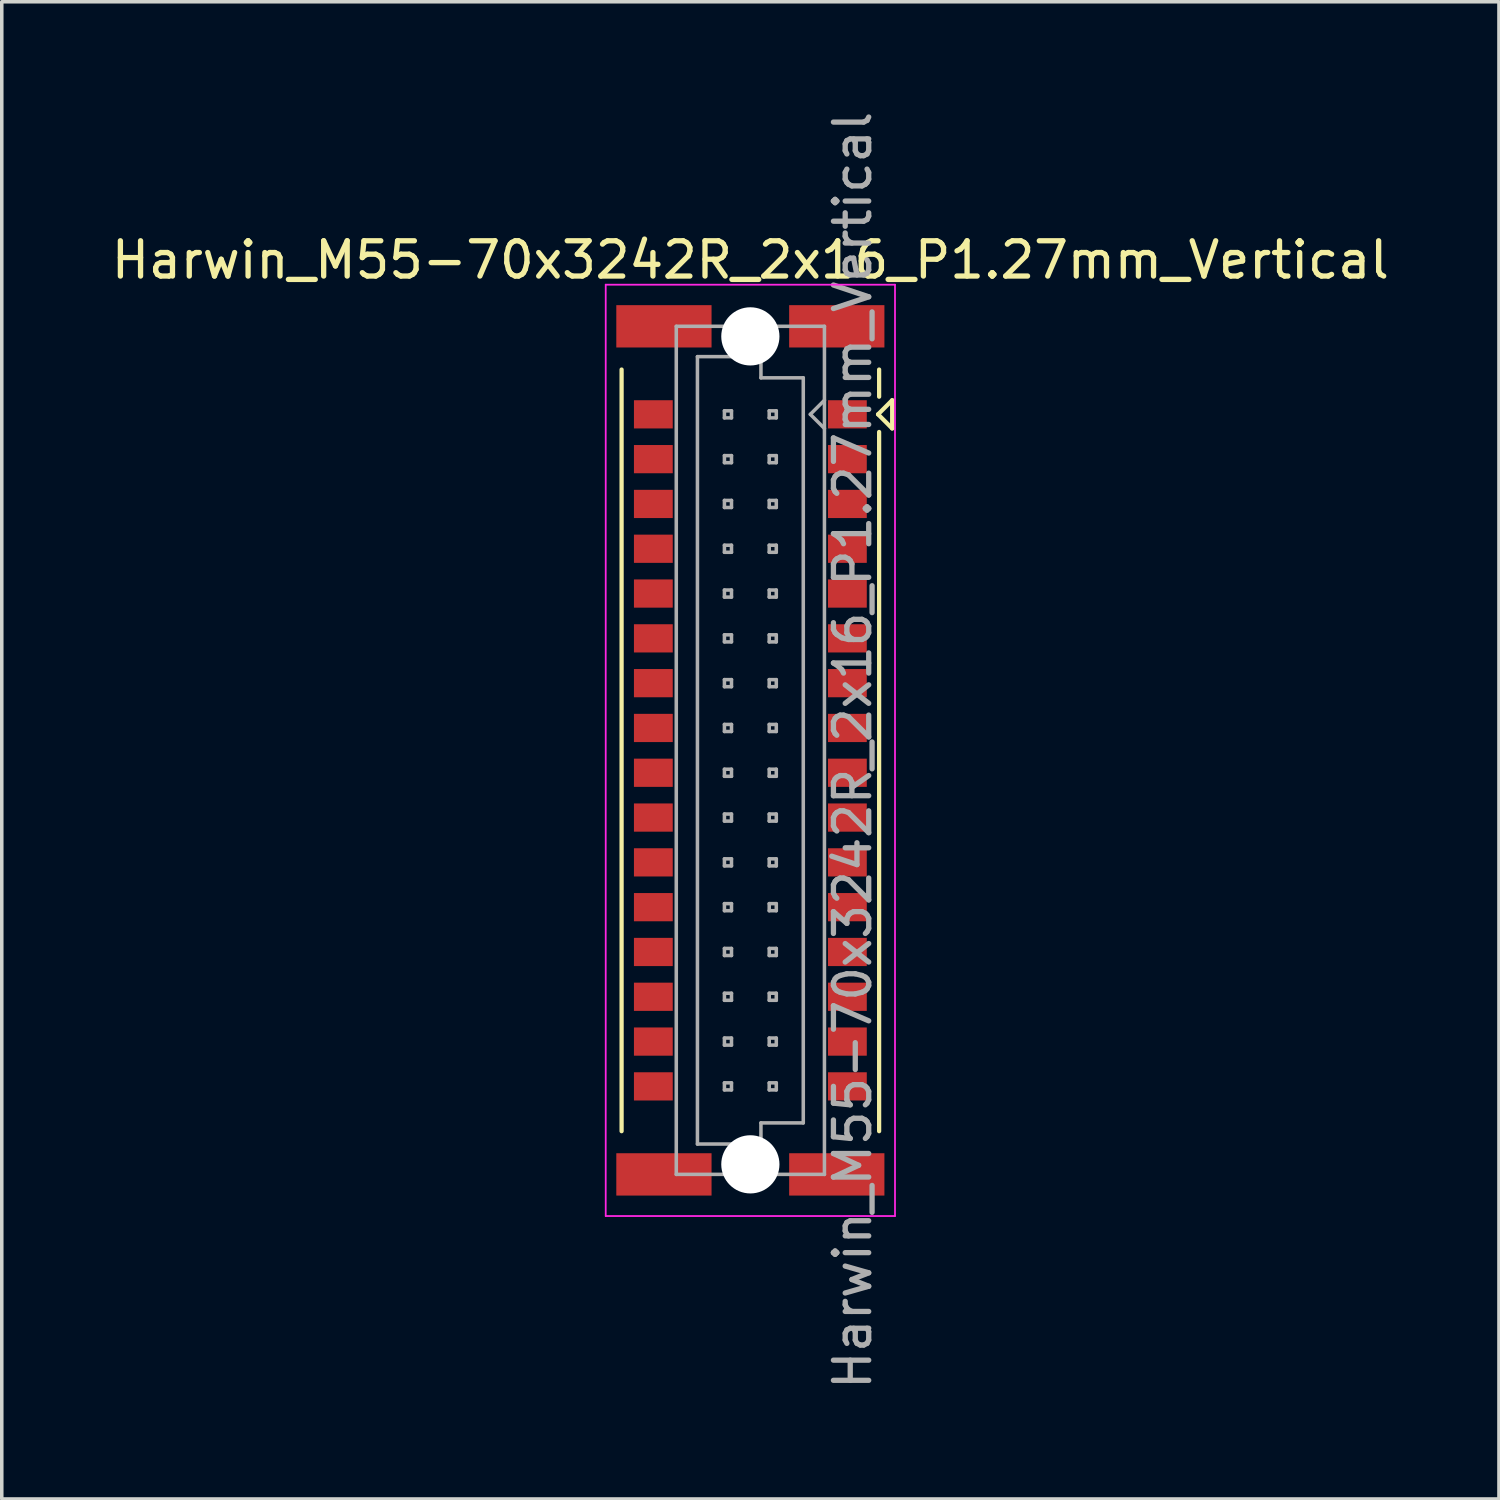
<source format=kicad_pcb>
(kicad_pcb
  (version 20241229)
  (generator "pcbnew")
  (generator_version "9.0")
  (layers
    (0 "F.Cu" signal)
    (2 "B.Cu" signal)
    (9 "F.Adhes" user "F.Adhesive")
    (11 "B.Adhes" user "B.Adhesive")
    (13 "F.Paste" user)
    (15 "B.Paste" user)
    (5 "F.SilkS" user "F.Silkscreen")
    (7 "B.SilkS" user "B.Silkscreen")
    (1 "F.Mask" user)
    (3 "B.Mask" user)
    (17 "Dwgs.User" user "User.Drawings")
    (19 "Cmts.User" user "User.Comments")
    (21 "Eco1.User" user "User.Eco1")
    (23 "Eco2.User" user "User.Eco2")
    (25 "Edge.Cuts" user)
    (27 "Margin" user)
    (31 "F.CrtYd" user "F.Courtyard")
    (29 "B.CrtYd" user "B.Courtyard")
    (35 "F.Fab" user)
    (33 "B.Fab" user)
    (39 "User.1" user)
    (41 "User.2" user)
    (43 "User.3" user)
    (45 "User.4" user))
  (footprint "Harwin_M55-70x3242R_2x16_P1.27mm_Vertical"
    (layer "F.Cu")
    (at 18.22 18.22)
    (property "Reference" "Harwin_M55-70x3242R_2x16_P1.27mm_Vertical" (at 0 -13.9 0) (layer "F.SilkS") (effects (font (size 1 1) (thickness 0.15))))
    (attr smd)
    (fp_line (start -3.65 10.795) (end -3.65 -10.795) (stroke (width 0.12) (type solid)) (layer "F.SilkS"))
    (fp_line (start 3.62 -9.525) (end 4.02 -9.925) (stroke (width 0.12) (type solid)) (layer "F.SilkS"))
    (fp_line (start 3.65 -10.025) (end 3.65 -10.795) (stroke (width 0.12) (type solid)) (layer "F.SilkS"))
    (fp_line (start 3.65 -9.025) (end 3.65 10.795) (stroke (width 0.12) (type solid)) (layer "F.SilkS"))
    (fp_line (start 4.02 -9.925) (end 4.02 -9.125) (stroke (width 0.12) (type solid)) (layer "F.SilkS"))
    (fp_line (start 4.02 -9.125) (end 3.62 -9.525) (stroke (width 0.12) (type solid)) (layer "F.SilkS"))
    (fp_line (start -4.1 -13.2) (end 4.1 -13.2) (stroke (width 0.05) (type solid)) (layer "F.CrtYd"))
    (fp_line (start -4.1 13.2) (end -4.1 -13.2) (stroke (width 0.05) (type solid)) (layer "F.CrtYd"))
    (fp_line (start 4.1 -13.2) (end 4.1 13.2) (stroke (width 0.05) (type solid)) (layer "F.CrtYd"))
    (fp_line (start 4.1 13.2) (end -4.1 13.2) (stroke (width 0.05) (type solid)) (layer "F.CrtYd"))
    (fp_line (start -2.1 -12.02) (end -2.1 12.02) (stroke (width 0.1) (type solid)) (layer "F.Fab"))
    (fp_line (start -2.1 12.02) (end 2.1 12.02) (stroke (width 0.1) (type solid)) (layer "F.Fab"))
    (fp_line (start -1.5 -11.16) (end -1.5 11.16) (stroke (width 0.1) (type solid)) (layer "F.Fab"))
    (fp_line (start -1.5 11.16) (end 0.3 11.16) (stroke (width 0.1) (type solid)) (layer "F.Fab"))
    (fp_line (start -0.735 -9.625) (end -0.735 -9.425) (stroke (width 0.1) (type solid)) (layer "F.Fab"))
    (fp_line (start -0.735 -9.425) (end -0.535 -9.425) (stroke (width 0.1) (type solid)) (layer "F.Fab"))
    (fp_line (start -0.735 -8.355) (end -0.735 -8.155) (stroke (width 0.1) (type solid)) (layer "F.Fab"))
    (fp_line (start -0.735 -8.155) (end -0.535 -8.155) (stroke (width 0.1) (type solid)) (layer "F.Fab"))
    (fp_line (start -0.735 -7.085) (end -0.735 -6.885) (stroke (width 0.1) (type solid)) (layer "F.Fab"))
    (fp_line (start -0.735 -6.885) (end -0.535 -6.885) (stroke (width 0.1) (type solid)) (layer "F.Fab"))
    (fp_line (start -0.735 -5.815) (end -0.735 -5.615) (stroke (width 0.1) (type solid)) (layer "F.Fab"))
    (fp_line (start -0.735 -5.615) (end -0.535 -5.615) (stroke (width 0.1) (type solid)) (layer "F.Fab"))
    (fp_line (start -0.735 -4.545) (end -0.735 -4.345) (stroke (width 0.1) (type solid)) (layer "F.Fab"))
    (fp_line (start -0.735 -4.345) (end -0.535 -4.345) (stroke (width 0.1) (type solid)) (layer "F.Fab"))
    (fp_line (start -0.735 -3.275) (end -0.735 -3.075) (stroke (width 0.1) (type solid)) (layer "F.Fab"))
    (fp_line (start -0.735 -3.075) (end -0.535 -3.075) (stroke (width 0.1) (type solid)) (layer "F.Fab"))
    (fp_line (start -0.735 -2.005) (end -0.735 -1.805) (stroke (width 0.1) (type solid)) (layer "F.Fab"))
    (fp_line (start -0.735 -1.805) (end -0.535 -1.805) (stroke (width 0.1) (type solid)) (layer "F.Fab"))
    (fp_line (start -0.735 -0.735) (end -0.735 -0.535) (stroke (width 0.1) (type solid)) (layer "F.Fab"))
    (fp_line (start -0.735 -0.535) (end -0.535 -0.535) (stroke (width 0.1) (type solid)) (layer "F.Fab"))
    (fp_line (start -0.735 0.535) (end -0.735 0.735) (stroke (width 0.1) (type solid)) (layer "F.Fab"))
    (fp_line (start -0.735 0.735) (end -0.535 0.735) (stroke (width 0.1) (type solid)) (layer "F.Fab"))
    (fp_line (start -0.735 1.805) (end -0.735 2.005) (stroke (width 0.1) (type solid)) (layer "F.Fab"))
    (fp_line (start -0.735 2.005) (end -0.535 2.005) (stroke (width 0.1) (type solid)) (layer "F.Fab"))
    (fp_line (start -0.735 3.075) (end -0.735 3.275) (stroke (width 0.1) (type solid)) (layer "F.Fab"))
    (fp_line (start -0.735 3.275) (end -0.535 3.275) (stroke (width 0.1) (type solid)) (layer "F.Fab"))
    (fp_line (start -0.735 4.345) (end -0.735 4.545) (stroke (width 0.1) (type solid)) (layer "F.Fab"))
    (fp_line (start -0.735 4.545) (end -0.535 4.545) (stroke (width 0.1) (type solid)) (layer "F.Fab"))
    (fp_line (start -0.735 5.615) (end -0.735 5.815) (stroke (width 0.1) (type solid)) (layer "F.Fab"))
    (fp_line (start -0.735 5.815) (end -0.535 5.815) (stroke (width 0.1) (type solid)) (layer "F.Fab"))
    (fp_line (start -0.735 6.885) (end -0.735 7.085) (stroke (width 0.1) (type solid)) (layer "F.Fab"))
    (fp_line (start -0.735 7.085) (end -0.535 7.085) (stroke (width 0.1) (type solid)) (layer "F.Fab"))
    (fp_line (start -0.735 8.155) (end -0.735 8.355) (stroke (width 0.1) (type solid)) (layer "F.Fab"))
    (fp_line (start -0.735 8.355) (end -0.535 8.355) (stroke (width 0.1) (type solid)) (layer "F.Fab"))
    (fp_line (start -0.735 9.425) (end -0.735 9.625) (stroke (width 0.1) (type solid)) (layer "F.Fab"))
    (fp_line (start -0.735 9.625) (end -0.535 9.625) (stroke (width 0.1) (type solid)) (layer "F.Fab"))
    (fp_line (start -0.535 -9.625) (end -0.735 -9.625) (stroke (width 0.1) (type solid)) (layer "F.Fab"))
    (fp_line (start -0.535 -9.425) (end -0.535 -9.625) (stroke (width 0.1) (type solid)) (layer "F.Fab"))
    (fp_line (start -0.535 -8.355) (end -0.735 -8.355) (stroke (width 0.1) (type solid)) (layer "F.Fab"))
    (fp_line (start -0.535 -8.155) (end -0.535 -8.355) (stroke (width 0.1) (type solid)) (layer "F.Fab"))
    (fp_line (start -0.535 -7.085) (end -0.735 -7.085) (stroke (width 0.1) (type solid)) (layer "F.Fab"))
    (fp_line (start -0.535 -6.885) (end -0.535 -7.085) (stroke (width 0.1) (type solid)) (layer "F.Fab"))
    (fp_line (start -0.535 -5.815) (end -0.735 -5.815) (stroke (width 0.1) (type solid)) (layer "F.Fab"))
    (fp_line (start -0.535 -5.615) (end -0.535 -5.815) (stroke (width 0.1) (type solid)) (layer "F.Fab"))
    (fp_line (start -0.535 -4.545) (end -0.735 -4.545) (stroke (width 0.1) (type solid)) (layer "F.Fab"))
    (fp_line (start -0.535 -4.345) (end -0.535 -4.545) (stroke (width 0.1) (type solid)) (layer "F.Fab"))
    (fp_line (start -0.535 -3.275) (end -0.735 -3.275) (stroke (width 0.1) (type solid)) (layer "F.Fab"))
    (fp_line (start -0.535 -3.075) (end -0.535 -3.275) (stroke (width 0.1) (type solid)) (layer "F.Fab"))
    (fp_line (start -0.535 -2.005) (end -0.735 -2.005) (stroke (width 0.1) (type solid)) (layer "F.Fab"))
    (fp_line (start -0.535 -1.805) (end -0.535 -2.005) (stroke (width 0.1) (type solid)) (layer "F.Fab"))
    (fp_line (start -0.535 -0.735) (end -0.735 -0.735) (stroke (width 0.1) (type solid)) (layer "F.Fab"))
    (fp_line (start -0.535 -0.535) (end -0.535 -0.735) (stroke (width 0.1) (type solid)) (layer "F.Fab"))
    (fp_line (start -0.535 0.535) (end -0.735 0.535) (stroke (width 0.1) (type solid)) (layer "F.Fab"))
    (fp_line (start -0.535 0.735) (end -0.535 0.535) (stroke (width 0.1) (type solid)) (layer "F.Fab"))
    (fp_line (start -0.535 1.805) (end -0.735 1.805) (stroke (width 0.1) (type solid)) (layer "F.Fab"))
    (fp_line (start -0.535 2.005) (end -0.535 1.805) (stroke (width 0.1) (type solid)) (layer "F.Fab"))
    (fp_line (start -0.535 3.075) (end -0.735 3.075) (stroke (width 0.1) (type solid)) (layer "F.Fab"))
    (fp_line (start -0.535 3.275) (end -0.535 3.075) (stroke (width 0.1) (type solid)) (layer "F.Fab"))
    (fp_line (start -0.535 4.345) (end -0.735 4.345) (stroke (width 0.1) (type solid)) (layer "F.Fab"))
    (fp_line (start -0.535 4.545) (end -0.535 4.345) (stroke (width 0.1) (type solid)) (layer "F.Fab"))
    (fp_line (start -0.535 5.615) (end -0.735 5.615) (stroke (width 0.1) (type solid)) (layer "F.Fab"))
    (fp_line (start -0.535 5.815) (end -0.535 5.615) (stroke (width 0.1) (type solid)) (layer "F.Fab"))
    (fp_line (start -0.535 6.885) (end -0.735 6.885) (stroke (width 0.1) (type solid)) (layer "F.Fab"))
    (fp_line (start -0.535 7.085) (end -0.535 6.885) (stroke (width 0.1) (type solid)) (layer "F.Fab"))
    (fp_line (start -0.535 8.155) (end -0.735 8.155) (stroke (width 0.1) (type solid)) (layer "F.Fab"))
    (fp_line (start -0.535 8.355) (end -0.535 8.155) (stroke (width 0.1) (type solid)) (layer "F.Fab"))
    (fp_line (start -0.535 9.425) (end -0.735 9.425) (stroke (width 0.1) (type solid)) (layer "F.Fab"))
    (fp_line (start -0.535 9.625) (end -0.535 9.425) (stroke (width 0.1) (type solid)) (layer "F.Fab"))
    (fp_line (start 0.3 -11.16) (end -1.5 -11.16) (stroke (width 0.1) (type solid)) (layer "F.Fab"))
    (fp_line (start 0.3 -10.56) (end 0.3 -11.16) (stroke (width 0.1) (type solid)) (layer "F.Fab"))
    (fp_line (start 0.3 10.56) (end 1.5 10.56) (stroke (width 0.1) (type solid)) (layer "F.Fab"))
    (fp_line (start 0.3 11.16) (end 0.3 10.56) (stroke (width 0.1) (type solid)) (layer "F.Fab"))
    (fp_line (start 0.535 -9.625) (end 0.535 -9.425) (stroke (width 0.1) (type solid)) (layer "F.Fab"))
    (fp_line (start 0.535 -9.425) (end 0.735 -9.425) (stroke (width 0.1) (type solid)) (layer "F.Fab"))
    (fp_line (start 0.535 -8.355) (end 0.535 -8.155) (stroke (width 0.1) (type solid)) (layer "F.Fab"))
    (fp_line (start 0.535 -8.155) (end 0.735 -8.155) (stroke (width 0.1) (type solid)) (layer "F.Fab"))
    (fp_line (start 0.535 -7.085) (end 0.535 -6.885) (stroke (width 0.1) (type solid)) (layer "F.Fab"))
    (fp_line (start 0.535 -6.885) (end 0.735 -6.885) (stroke (width 0.1) (type solid)) (layer "F.Fab"))
    (fp_line (start 0.535 -5.815) (end 0.535 -5.615) (stroke (width 0.1) (type solid)) (layer "F.Fab"))
    (fp_line (start 0.535 -5.615) (end 0.735 -5.615) (stroke (width 0.1) (type solid)) (layer "F.Fab"))
    (fp_line (start 0.535 -4.545) (end 0.535 -4.345) (stroke (width 0.1) (type solid)) (layer "F.Fab"))
    (fp_line (start 0.535 -4.345) (end 0.735 -4.345) (stroke (width 0.1) (type solid)) (layer "F.Fab"))
    (fp_line (start 0.535 -3.275) (end 0.535 -3.075) (stroke (width 0.1) (type solid)) (layer "F.Fab"))
    (fp_line (start 0.535 -3.075) (end 0.735 -3.075) (stroke (width 0.1) (type solid)) (layer "F.Fab"))
    (fp_line (start 0.535 -2.005) (end 0.535 -1.805) (stroke (width 0.1) (type solid)) (layer "F.Fab"))
    (fp_line (start 0.535 -1.805) (end 0.735 -1.805) (stroke (width 0.1) (type solid)) (layer "F.Fab"))
    (fp_line (start 0.535 -0.735) (end 0.535 -0.535) (stroke (width 0.1) (type solid)) (layer "F.Fab"))
    (fp_line (start 0.535 -0.535) (end 0.735 -0.535) (stroke (width 0.1) (type solid)) (layer "F.Fab"))
    (fp_line (start 0.535 0.535) (end 0.535 0.735) (stroke (width 0.1) (type solid)) (layer "F.Fab"))
    (fp_line (start 0.535 0.735) (end 0.735 0.735) (stroke (width 0.1) (type solid)) (layer "F.Fab"))
    (fp_line (start 0.535 1.805) (end 0.535 2.005) (stroke (width 0.1) (type solid)) (layer "F.Fab"))
    (fp_line (start 0.535 2.005) (end 0.735 2.005) (stroke (width 0.1) (type solid)) (layer "F.Fab"))
    (fp_line (start 0.535 3.075) (end 0.535 3.275) (stroke (width 0.1) (type solid)) (layer "F.Fab"))
    (fp_line (start 0.535 3.275) (end 0.735 3.275) (stroke (width 0.1) (type solid)) (layer "F.Fab"))
    (fp_line (start 0.535 4.345) (end 0.535 4.545) (stroke (width 0.1) (type solid)) (layer "F.Fab"))
    (fp_line (start 0.535 4.545) (end 0.735 4.545) (stroke (width 0.1) (type solid)) (layer "F.Fab"))
    (fp_line (start 0.535 5.615) (end 0.535 5.815) (stroke (width 0.1) (type solid)) (layer "F.Fab"))
    (fp_line (start 0.535 5.815) (end 0.735 5.815) (stroke (width 0.1) (type solid)) (layer "F.Fab"))
    (fp_line (start 0.535 6.885) (end 0.535 7.085) (stroke (width 0.1) (type solid)) (layer "F.Fab"))
    (fp_line (start 0.535 7.085) (end 0.735 7.085) (stroke (width 0.1) (type solid)) (layer "F.Fab"))
    (fp_line (start 0.535 8.155) (end 0.535 8.355) (stroke (width 0.1) (type solid)) (layer "F.Fab"))
    (fp_line (start 0.535 8.355) (end 0.735 8.355) (stroke (width 0.1) (type solid)) (layer "F.Fab"))
    (fp_line (start 0.535 9.425) (end 0.535 9.625) (stroke (width 0.1) (type solid)) (layer "F.Fab"))
    (fp_line (start 0.535 9.625) (end 0.735 9.625) (stroke (width 0.1) (type solid)) (layer "F.Fab"))
    (fp_line (start 0.735 -9.625) (end 0.535 -9.625) (stroke (width 0.1) (type solid)) (layer "F.Fab"))
    (fp_line (start 0.735 -9.425) (end 0.735 -9.625) (stroke (width 0.1) (type solid)) (layer "F.Fab"))
    (fp_line (start 0.735 -8.355) (end 0.535 -8.355) (stroke (width 0.1) (type solid)) (layer "F.Fab"))
    (fp_line (start 0.735 -8.155) (end 0.735 -8.355) (stroke (width 0.1) (type solid)) (layer "F.Fab"))
    (fp_line (start 0.735 -7.085) (end 0.535 -7.085) (stroke (width 0.1) (type solid)) (layer "F.Fab"))
    (fp_line (start 0.735 -6.885) (end 0.735 -7.085) (stroke (width 0.1) (type solid)) (layer "F.Fab"))
    (fp_line (start 0.735 -5.815) (end 0.535 -5.815) (stroke (width 0.1) (type solid)) (layer "F.Fab"))
    (fp_line (start 0.735 -5.615) (end 0.735 -5.815) (stroke (width 0.1) (type solid)) (layer "F.Fab"))
    (fp_line (start 0.735 -4.545) (end 0.535 -4.545) (stroke (width 0.1) (type solid)) (layer "F.Fab"))
    (fp_line (start 0.735 -4.345) (end 0.735 -4.545) (stroke (width 0.1) (type solid)) (layer "F.Fab"))
    (fp_line (start 0.735 -3.275) (end 0.535 -3.275) (stroke (width 0.1) (type solid)) (layer "F.Fab"))
    (fp_line (start 0.735 -3.075) (end 0.735 -3.275) (stroke (width 0.1) (type solid)) (layer "F.Fab"))
    (fp_line (start 0.735 -2.005) (end 0.535 -2.005) (stroke (width 0.1) (type solid)) (layer "F.Fab"))
    (fp_line (start 0.735 -1.805) (end 0.735 -2.005) (stroke (width 0.1) (type solid)) (layer "F.Fab"))
    (fp_line (start 0.735 -0.735) (end 0.535 -0.735) (stroke (width 0.1) (type solid)) (layer "F.Fab"))
    (fp_line (start 0.735 -0.535) (end 0.735 -0.735) (stroke (width 0.1) (type solid)) (layer "F.Fab"))
    (fp_line (start 0.735 0.535) (end 0.535 0.535) (stroke (width 0.1) (type solid)) (layer "F.Fab"))
    (fp_line (start 0.735 0.735) (end 0.735 0.535) (stroke (width 0.1) (type solid)) (layer "F.Fab"))
    (fp_line (start 0.735 1.805) (end 0.535 1.805) (stroke (width 0.1) (type solid)) (layer "F.Fab"))
    (fp_line (start 0.735 2.005) (end 0.735 1.805) (stroke (width 0.1) (type solid)) (layer "F.Fab"))
    (fp_line (start 0.735 3.075) (end 0.535 3.075) (stroke (width 0.1) (type solid)) (layer "F.Fab"))
    (fp_line (start 0.735 3.275) (end 0.735 3.075) (stroke (width 0.1) (type solid)) (layer "F.Fab"))
    (fp_line (start 0.735 4.345) (end 0.535 4.345) (stroke (width 0.1) (type solid)) (layer "F.Fab"))
    (fp_line (start 0.735 4.545) (end 0.735 4.345) (stroke (width 0.1) (type solid)) (layer "F.Fab"))
    (fp_line (start 0.735 5.615) (end 0.535 5.615) (stroke (width 0.1) (type solid)) (layer "F.Fab"))
    (fp_line (start 0.735 5.815) (end 0.735 5.615) (stroke (width 0.1) (type solid)) (layer "F.Fab"))
    (fp_line (start 0.735 6.885) (end 0.535 6.885) (stroke (width 0.1) (type solid)) (layer "F.Fab"))
    (fp_line (start 0.735 7.085) (end 0.735 6.885) (stroke (width 0.1) (type solid)) (layer "F.Fab"))
    (fp_line (start 0.735 8.155) (end 0.535 8.155) (stroke (width 0.1) (type solid)) (layer "F.Fab"))
    (fp_line (start 0.735 8.355) (end 0.735 8.155) (stroke (width 0.1) (type solid)) (layer "F.Fab"))
    (fp_line (start 0.735 9.425) (end 0.535 9.425) (stroke (width 0.1) (type solid)) (layer "F.Fab"))
    (fp_line (start 0.735 9.625) (end 0.735 9.425) (stroke (width 0.1) (type solid)) (layer "F.Fab"))
    (fp_line (start 1.5 -10.56) (end 0.3 -10.56) (stroke (width 0.1) (type solid)) (layer "F.Fab"))
    (fp_line (start 1.5 10.56) (end 1.5 -10.56) (stroke (width 0.1) (type solid)) (layer "F.Fab"))
    (fp_line (start 1.7 -9.525) (end 2.1 -9.925) (stroke (width 0.1) (type solid)) (layer "F.Fab"))
    (fp_line (start 2.1 -12.02) (end -2.1 -12.02) (stroke (width 0.1) (type solid)) (layer "F.Fab"))
    (fp_line (start 2.1 -9.125) (end 1.7 -9.525) (stroke (width 0.1) (type solid)) (layer "F.Fab"))
    (fp_line (start 2.1 12.02) (end 2.1 -12.02) (stroke (width 0.1) (type solid)) (layer "F.Fab"))
    (fp_text user "${REFERENCE}" (at 2.9 0 90) (layer "F.Fab") (effects (font (size 1 1) (thickness 0.15))))
    (pad "" smd rect (at -2.45 -12.02) (size 2.7 1.2) (layers "F.Cu" "F.Mask" "F.Paste"))
    (pad "" smd rect (at -2.45 12.02) (size 2.7 1.2) (layers "F.Cu" "F.Mask" "F.Paste"))
    (pad "" np_thru_hole circle (at 0 -11.735) (size 1.65 1.65) (drill 1.65) (layers "*.Cu" "*.Mask"))
    (pad "" np_thru_hole circle (at 0 11.735) (size 1.65 1.65) (drill 1.65) (layers "*.Cu" "*.Mask"))
    (pad "" smd rect (at 2.45 -12.02) (size 2.7 1.2) (layers "F.Cu" "F.Mask" "F.Paste"))
    (pad "" smd rect (at 2.45 12.02) (size 2.7 1.2) (layers "F.Cu" "F.Mask" "F.Paste"))
    (pad "1" smd rect (at 2.75 -9.525) (size 1.1 0.8) (layers "F.Cu" "F.Mask" "F.Paste"))
    (pad "2" smd rect (at -2.75 -9.525) (size 1.1 0.8) (layers "F.Cu" "F.Mask" "F.Paste"))
    (pad "3" smd rect (at 2.75 -8.255) (size 1.1 0.8) (layers "F.Cu" "F.Mask" "F.Paste"))
    (pad "4" smd rect (at -2.75 -8.255) (size 1.1 0.8) (layers "F.Cu" "F.Mask" "F.Paste"))
    (pad "5" smd rect (at 2.75 -6.985) (size 1.1 0.8) (layers "F.Cu" "F.Mask" "F.Paste"))
    (pad "6" smd rect (at -2.75 -6.985) (size 1.1 0.8) (layers "F.Cu" "F.Mask" "F.Paste"))
    (pad "7" smd rect (at 2.75 -5.715) (size 1.1 0.8) (layers "F.Cu" "F.Mask" "F.Paste"))
    (pad "8" smd rect (at -2.75 -5.715) (size 1.1 0.8) (layers "F.Cu" "F.Mask" "F.Paste"))
    (pad "9" smd rect (at 2.75 -4.445) (size 1.1 0.8) (layers "F.Cu" "F.Mask" "F.Paste"))
    (pad "10" smd rect (at -2.75 -4.445) (size 1.1 0.8) (layers "F.Cu" "F.Mask" "F.Paste"))
    (pad "11" smd rect (at 2.75 -3.175) (size 1.1 0.8) (layers "F.Cu" "F.Mask" "F.Paste"))
    (pad "12" smd rect (at -2.75 -3.175) (size 1.1 0.8) (layers "F.Cu" "F.Mask" "F.Paste"))
    (pad "13" smd rect (at 2.75 -1.905) (size 1.1 0.8) (layers "F.Cu" "F.Mask" "F.Paste"))
    (pad "14" smd rect (at -2.75 -1.905) (size 1.1 0.8) (layers "F.Cu" "F.Mask" "F.Paste"))
    (pad "15" smd rect (at 2.75 -0.635) (size 1.1 0.8) (layers "F.Cu" "F.Mask" "F.Paste"))
    (pad "16" smd rect (at -2.75 -0.635) (size 1.1 0.8) (layers "F.Cu" "F.Mask" "F.Paste"))
    (pad "17" smd rect (at 2.75 0.635) (size 1.1 0.8) (layers "F.Cu" "F.Mask" "F.Paste"))
    (pad "18" smd rect (at -2.75 0.635) (size 1.1 0.8) (layers "F.Cu" "F.Mask" "F.Paste"))
    (pad "19" smd rect (at 2.75 1.905) (size 1.1 0.8) (layers "F.Cu" "F.Mask" "F.Paste"))
    (pad "20" smd rect (at -2.75 1.905) (size 1.1 0.8) (layers "F.Cu" "F.Mask" "F.Paste"))
    (pad "21" smd rect (at 2.75 3.175) (size 1.1 0.8) (layers "F.Cu" "F.Mask" "F.Paste"))
    (pad "22" smd rect (at -2.75 3.175) (size 1.1 0.8) (layers "F.Cu" "F.Mask" "F.Paste"))
    (pad "23" smd rect (at 2.75 4.445) (size 1.1 0.8) (layers "F.Cu" "F.Mask" "F.Paste"))
    (pad "24" smd rect (at -2.75 4.445) (size 1.1 0.8) (layers "F.Cu" "F.Mask" "F.Paste"))
    (pad "25" smd rect (at 2.75 5.715) (size 1.1 0.8) (layers "F.Cu" "F.Mask" "F.Paste"))
    (pad "26" smd rect (at -2.75 5.715) (size 1.1 0.8) (layers "F.Cu" "F.Mask" "F.Paste"))
    (pad "27" smd rect (at 2.75 6.985) (size 1.1 0.8) (layers "F.Cu" "F.Mask" "F.Paste"))
    (pad "28" smd rect (at -2.75 6.985) (size 1.1 0.8) (layers "F.Cu" "F.Mask" "F.Paste"))
    (pad "29" smd rect (at 2.75 8.255) (size 1.1 0.8) (layers "F.Cu" "F.Mask" "F.Paste"))
    (pad "30" smd rect (at -2.75 8.255) (size 1.1 0.8) (layers "F.Cu" "F.Mask" "F.Paste"))
    (pad "31" smd rect (at 2.75 9.525) (size 1.1 0.8) (layers "F.Cu" "F.Mask" "F.Paste"))
    (pad "32" smd rect (at -2.75 9.525) (size 1.1 0.8) (layers "F.Cu" "F.Mask" "F.Paste")))
  (gr_rect
    (start -3 -3)
    (end 39.44 39.44)
    (stroke (width 0.1) (type default))
    (fill no)
    (layer "Edge.Cuts")))
</source>
